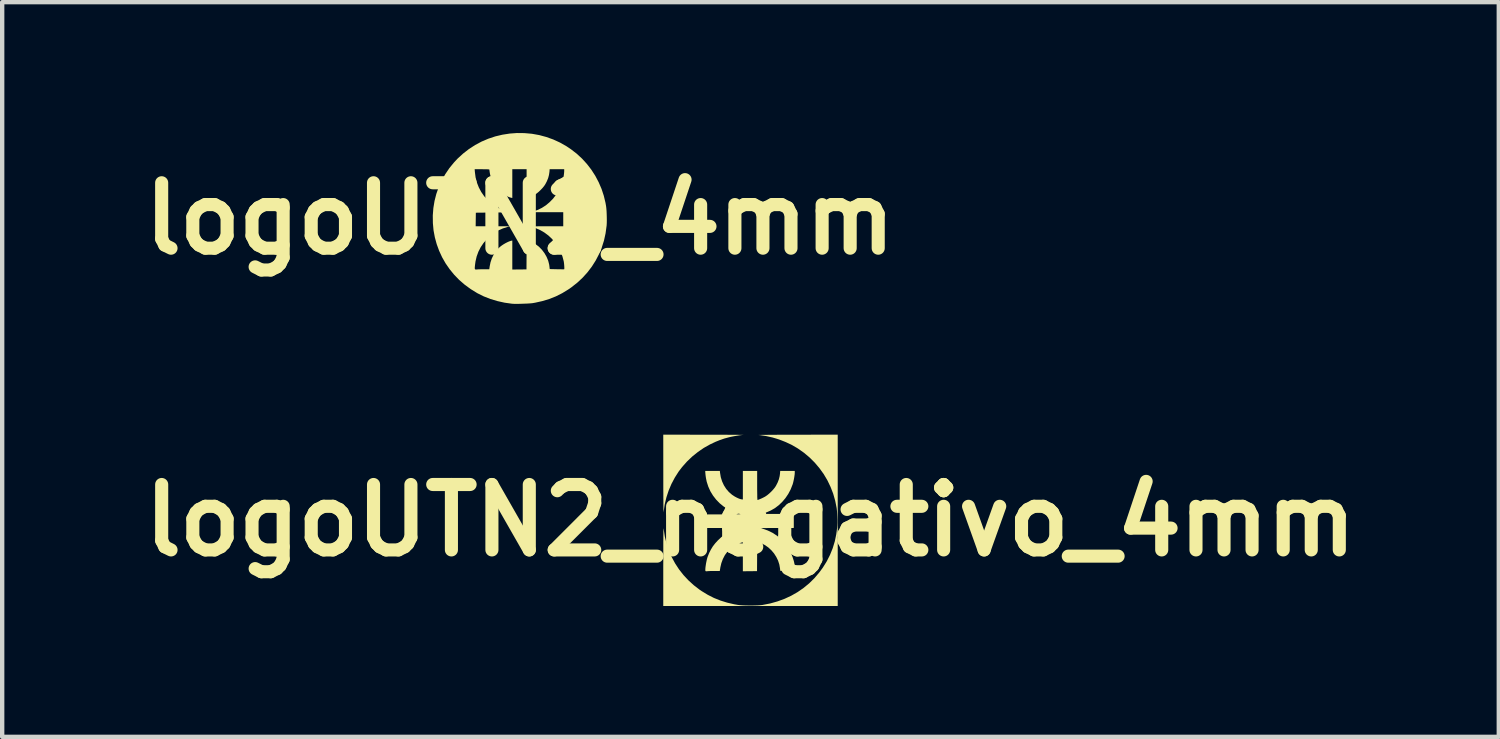
<source format=kicad_pcb>
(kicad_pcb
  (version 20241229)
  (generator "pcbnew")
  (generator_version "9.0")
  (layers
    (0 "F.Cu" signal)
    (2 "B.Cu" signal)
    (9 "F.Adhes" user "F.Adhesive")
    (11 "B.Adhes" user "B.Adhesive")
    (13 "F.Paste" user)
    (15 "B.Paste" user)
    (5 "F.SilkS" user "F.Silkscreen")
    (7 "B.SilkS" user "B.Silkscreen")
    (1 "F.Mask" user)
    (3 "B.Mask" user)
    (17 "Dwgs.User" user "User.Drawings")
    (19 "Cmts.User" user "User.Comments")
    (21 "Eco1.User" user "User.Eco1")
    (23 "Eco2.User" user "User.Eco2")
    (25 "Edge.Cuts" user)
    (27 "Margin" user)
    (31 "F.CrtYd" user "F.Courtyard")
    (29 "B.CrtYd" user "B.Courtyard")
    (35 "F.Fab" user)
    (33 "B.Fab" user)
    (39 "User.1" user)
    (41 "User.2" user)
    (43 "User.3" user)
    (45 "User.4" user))
  (footprint "logoUTN2_4mm"
    (layer "F.Cu")
    (at 8.871 1.962)
    (property "Reference" "logoUTN2_4mm" (at 0 0 0) (layer "F.SilkS") (effects (font (size 1.5 1.5) (thickness 0.3))))
    (attr board_only exclude_from_pos_files exclude_from_bom)
    (fp_poly (pts (xy 0.104 -1.96) (xy 0.274 -1.945) (xy 0.442 -1.915) (xy 0.605 -1.871) (xy 0.764 -1.814) (xy 0.919 -1.743) (xy 1.067 -1.659) (xy 1.171 -1.589) (xy 1.303 -1.487) (xy 1.425 -1.374) (xy 1.537 -1.251) (xy 1.638 -1.12) (xy 1.728 -0.98) (xy 1.805 -0.834) (xy 1.871 -0.681) (xy 1.923 -0.523) (xy 1.962 -0.36) (xy 1.975 -0.285) (xy 1.981 -0.235) (xy 1.986 -0.174) (xy 1.989 -0.107) (xy 1.991 -0.036) (xy 1.992 0.034) (xy 1.991 0.099) (xy 1.988 0.156) (xy 1.986 0.172) (xy 1.963 0.34) (xy 1.927 0.503) (xy 1.877 0.661) (xy 1.814 0.813) (xy 1.738 0.959) (xy 1.65 1.098) (xy 1.55 1.23) (xy 1.439 1.353) (xy 1.316 1.468) (xy 1.182 1.574) (xy 1.11 1.624) (xy 0.969 1.71) (xy 0.824 1.783) (xy 0.673 1.843) (xy 0.515 1.891) (xy 0.349 1.928) (xy 0.285 1.939) (xy 0.256 1.942) (xy 0.216 1.945) (xy 0.168 1.948) (xy 0.113 1.95) (xy 0.056 1.952) (xy -0.002 1.954) (xy -0.056 1.955) (xy -0.105 1.955) (xy -0.146 1.954) (xy -0.175 1.952) (xy -0.179 1.952) (xy -0.351 1.928) (xy -0.517 1.891) (xy -0.677 1.843) (xy -0.83 1.783) (xy -0.973 1.712) (xy -0.985 1.705) (xy -1.131 1.615) (xy -1.267 1.515) (xy -1.393 1.406) (xy -1.508 1.287) (xy -1.611 1.161) (xy -1.704 1.027) (xy -1.784 0.887) (xy -1.852 0.74) (xy -1.908 0.587) (xy -1.951 0.43) (xy -1.981 0.269) (xy -1.996 0.104) (xy -1.998 -0.064) (xy -1.998 -0.073) (xy -1.985 -0.242) (xy -1.958 -0.406) (xy -1.917 -0.567) (xy -1.862 -0.722) (xy -1.794 -0.873) (xy -1.713 -1.017) (xy -1.635 -1.132) (xy -1.038 -1.132) (xy -1.033 -1.068) (xy -1.017 -0.945) (xy -0.987 -0.827) (xy -0.943 -0.715) (xy -0.887 -0.61) (xy -0.819 -0.512) (xy -0.738 -0.421) (xy -0.719 -0.402) (xy -0.645 -0.34) (xy -0.563 -0.283) (xy -0.476 -0.232) (xy -0.387 -0.191) (xy -0.298 -0.16) (xy -0.25 -0.148) (xy -0.252 -0.147) (xy -0.267 -0.146) (xy -0.294 -0.144) (xy -0.333 -0.143) (xy -0.383 -0.142) (xy -0.442 -0.141) (xy -0.509 -0.14) (xy -0.583 -0.139) (xy -0.617 -0.139) (xy -1.011 -0.135) (xy -1.013 0.02) (xy -1.015 0.175) (xy -0.623 0.176) (xy -0.23 0.176) (xy -0.283 0.19) (xy -0.393 0.226) (xy -0.494 0.27) (xy -0.586 0.324) (xy -0.673 0.39) (xy -0.756 0.469) (xy -0.835 0.56) (xy -0.9 0.656) (xy -0.952 0.758) (xy -0.992 0.867) (xy -1.019 0.983) (xy -1.03 1.063) (xy -1.034 1.105) (xy -1.036 1.134) (xy -1.034 1.153) (xy -1.028 1.163) (xy -1.015 1.167) (xy -0.997 1.167) (xy -0.98 1.166) (xy -0.955 1.164) (xy -0.919 1.163) (xy -0.877 1.161) (xy -0.833 1.161) (xy -0.817 1.161) (xy -0.703 1.161) (xy -0.694 1.097) (xy -0.675 1.004) (xy -0.645 0.914) (xy -0.605 0.83) (xy -0.556 0.754) (xy -0.5 0.687) (xy -0.479 0.667) (xy -0.434 0.629) (xy -0.382 0.593) (xy -0.327 0.561) (xy -0.273 0.534) (xy -0.223 0.514) (xy -0.199 0.508) (xy -0.175 0.503) (xy -0.175 0.836) (xy -0.175 1.168) (xy -0.013 1.166) (xy 0.15 1.165) (xy 0.152 0.83) (xy 0.152 0.748) (xy 0.153 0.68) (xy 0.154 0.624) (xy 0.155 0.58) (xy 0.156 0.546) (xy 0.157 0.522) (xy 0.159 0.506) (xy 0.161 0.498) (xy 0.163 0.497) (xy 0.181 0.5) (xy 0.208 0.51) (xy 0.241 0.524) (xy 0.277 0.541) (xy 0.313 0.559) (xy 0.345 0.577) (xy 0.359 0.586) (xy 0.436 0.645) (xy 0.504 0.715) (xy 0.563 0.793) (xy 0.611 0.877) (xy 0.648 0.966) (xy 0.671 1.057) (xy 0.677 1.104) (xy 0.683 1.157) (xy 0.847 1.161) (xy 0.894 1.162) (xy 0.937 1.162) (xy 0.972 1.163) (xy 0.998 1.163) (xy 1.013 1.162) (xy 1.015 1.162) (xy 1.017 1.153) (xy 1.018 1.133) (xy 1.017 1.105) (xy 1.015 1.072) (xy 1.012 1.037) (xy 1.008 1.004) (xy 1.004 0.978) (xy 0.974 0.865) (xy 0.93 0.755) (xy 0.875 0.65) (xy 0.808 0.552) (xy 0.732 0.462) (xy 0.653 0.388) (xy 0.563 0.321) (xy 0.467 0.265) (xy 0.362 0.219) (xy 0.277 0.191) (xy 0.23 0.177) (xy 0.611 0.176) (xy 0.993 0.175) (xy 0.993 0.015) (xy 0.993 -0.146) (xy 0.619 -0.146) (xy 0.245 -0.147) (xy 0.297 -0.161) (xy 0.402 -0.197) (xy 0.502 -0.245) (xy 0.595 -0.305) (xy 0.681 -0.377) (xy 0.76 -0.458) (xy 0.829 -0.548) (xy 0.889 -0.645) (xy 0.939 -0.75) (xy 0.977 -0.86) (xy 1.003 -0.975) (xy 1.007 -1.003) (xy 1.011 -1.036) (xy 1.014 -1.069) (xy 1.015 -1.095) (xy 1.015 -1.096) (xy 1.015 -1.132) (xy 0.848 -1.132) (xy 0.681 -1.132) (xy 0.677 -1.075) (xy 0.666 -1.001) (xy 0.647 -0.929) (xy 0.617 -0.855) (xy 0.583 -0.79) (xy 0.556 -0.749) (xy 0.519 -0.703) (xy 0.475 -0.657) (xy 0.429 -0.613) (xy 0.382 -0.575) (xy 0.339 -0.546) (xy 0.31 -0.53) (xy 0.277 -0.513) (xy 0.242 -0.497) (xy 0.21 -0.484) (xy 0.184 -0.473) (xy 0.165 -0.468) (xy 0.161 -0.467) (xy 0.159 -0.473) (xy 0.157 -0.489) (xy 0.156 -0.518) (xy 0.155 -0.558) (xy 0.154 -0.611) (xy 0.154 -0.678) (xy 0.153 -0.758) (xy 0.153 -0.799) (xy 0.153 -1.132) (xy -0.011 -1.132) (xy -0.175 -1.132) (xy -0.175 -0.802) (xy -0.175 -0.473) (xy -0.2 -0.478) (xy -0.22 -0.483) (xy -0.247 -0.492) (xy -0.275 -0.503) (xy -0.365 -0.548) (xy -0.445 -0.603) (xy -0.516 -0.669) (xy -0.576 -0.745) (xy -0.624 -0.829) (xy -0.661 -0.921) (xy -0.686 -1.02) (xy -0.69 -1.044) (xy -0.695 -1.075) (xy -0.698 -1.101) (xy -0.701 -1.118) (xy -0.701 -1.123) (xy -0.704 -1.126) (xy -0.715 -1.128) (xy -0.735 -1.13) (xy -0.765 -1.131) (xy -0.807 -1.131) (xy -0.861 -1.132) (xy -0.87 -1.132) (xy -1.038 -1.132) (xy -1.635 -1.132) (xy -1.62 -1.155) (xy -1.513 -1.286) (xy -1.428 -1.377) (xy -1.302 -1.492) (xy -1.168 -1.596) (xy -1.027 -1.687) (xy -0.879 -1.766) (xy -0.724 -1.832) (xy -0.565 -1.885) (xy -0.4 -1.924) (xy -0.231 -1.95) (xy -0.069 -1.962)) (stroke (width 0) (type solid)) (fill yes) (layer "F.SilkS")))
  (footprint "logoUTN2_negativo_4mm"
    (layer "F.Cu")
    (at 14.157 8.88)
    (property "Reference" "logoUTN2_negativo_4mm" (at 0 0 0) (layer "F.SilkS") (effects (font (size 1.5 1.5) (thickness 0.3))))
    (attr board_only exclude_from_pos_files exclude_from_bom)
    (fp_poly (pts (xy -1.064 -1.963) (xy -0.949 -1.963) (xy -0.839 -1.962) (xy -0.734 -1.962) (xy -0.635 -1.962) (xy -0.543 -1.962) (xy -0.459 -1.961) (xy -0.384 -1.961) (xy -0.318 -1.961) (xy -0.262 -1.96) (xy -0.218 -1.96) (xy -0.186 -1.96) (xy -0.166 -1.959) (xy -0.16 -1.959) (xy -0.161 -1.959) (xy -0.204 -1.955) (xy -0.257 -1.948) (xy -0.316 -1.939) (xy -0.375 -1.929) (xy -0.431 -1.918) (xy -0.478 -1.908) (xy -0.486 -1.906) (xy -0.598 -1.876) (xy -0.703 -1.84) (xy -0.807 -1.798) (xy -0.914 -1.747) (xy -0.927 -1.741) (xy -1.071 -1.66) (xy -1.208 -1.566) (xy -1.338 -1.461) (xy -1.458 -1.346) (xy -1.568 -1.222) (xy -1.648 -1.117) (xy -1.735 -0.98) (xy -1.812 -0.835) (xy -1.876 -0.684) (xy -1.927 -0.529) (xy -1.966 -0.37) (xy -1.99 -0.211) (xy -1.993 -0.183) (xy -1.993 -0.182) (xy -1.994 -0.195) (xy -1.995 -0.221) (xy -1.996 -0.26) (xy -1.996 -0.31) (xy -1.997 -0.37) (xy -1.997 -0.44) (xy -1.998 -0.52) (xy -1.998 -0.607) (xy -1.999 -0.703) (xy -1.999 -0.804) (xy -1.999 -0.912) (xy -1.999 -1.025) (xy -1.999 -1.042) (xy -2 -1.964)) (stroke (width 0) (type solid)) (fill yes) (layer "F.SilkS"))
    (fp_poly (pts (xy 2 0) (xy 2 1.964) (xy 0 1.964) (xy -2 1.964) (xy -2 1.042) (xy -1.999 0.907) (xy -1.999 0.785) (xy -1.999 0.676) (xy -1.999 0.581) (xy -1.999 0.497) (xy -1.998 0.425) (xy -1.998 0.364) (xy -1.997 0.313) (xy -1.997 0.272) (xy -1.996 0.239) (xy -1.996 0.215) (xy -1.995 0.199) (xy -1.994 0.19) (xy -1.993 0.187) (xy -1.992 0.19) (xy -1.99 0.198) (xy -1.99 0.204) (xy -1.964 0.371) (xy -1.925 0.533) (xy -1.872 0.69) (xy -1.807 0.841) (xy -1.729 0.986) (xy -1.639 1.124) (xy -1.537 1.254) (xy -1.424 1.375) (xy -1.3 1.488) (xy -1.165 1.592) (xy -1.117 1.624) (xy -0.979 1.708) (xy -0.837 1.78) (xy -0.689 1.839) (xy -0.535 1.887) (xy -0.372 1.925) (xy -0.285 1.94) (xy -0.239 1.945) (xy -0.182 1.949) (xy -0.117 1.952) (xy -0.047 1.953) (xy 0.025 1.954) (xy 0.096 1.952) (xy 0.163 1.95) (xy 0.222 1.946) (xy 0.27 1.941) (xy 0.277 1.94) (xy 0.452 1.906) (xy 0.619 1.859) (xy 0.78 1.8) (xy 0.933 1.729) (xy 1.079 1.646) (xy 1.216 1.551) (xy 1.345 1.445) (xy 1.465 1.327) (xy 1.575 1.198) (xy 1.659 1.084) (xy 1.748 0.941) (xy 1.823 0.793) (xy 1.885 0.64) (xy 1.933 0.482) (xy 1.967 0.319) (xy 1.986 0.172) (xy 1.99 0.119) (xy 1.992 0.056) (xy 1.992 -0.013) (xy 1.99 -0.084) (xy 1.987 -0.153) (xy 1.983 -0.216) (xy 1.977 -0.27) (xy 1.975 -0.285) (xy 1.942 -0.45) (xy 1.896 -0.611) (xy 1.836 -0.766) (xy 1.764 -0.916) (xy 1.68 -1.058) (xy 1.583 -1.193) (xy 1.476 -1.32) (xy 1.358 -1.438) (xy 1.229 -1.547) (xy 1.09 -1.645) (xy 1.064 -1.661) (xy 0.937 -1.734) (xy 0.799 -1.798) (xy 0.655 -1.854) (xy 0.507 -1.899) (xy 0.359 -1.932) (xy 0.213 -1.954) (xy 0.189 -1.956) (xy 0.186 -1.957) (xy 0.198 -1.958) (xy 0.223 -1.958) (xy 0.262 -1.959) (xy 0.312 -1.96) (xy 0.374 -1.96) (xy 0.448 -1.961) (xy 0.532 -1.961) (xy 0.627 -1.962) (xy 0.731 -1.962) (xy 0.844 -1.963) (xy 0.966 -1.963) (xy 1.06 -1.963) (xy 2 -1.964)) (stroke (width 0) (type solid)) (fill yes) (layer "F.SilkS"))
    (fp_poly (pts (xy -0.698 -1.09) (xy -0.681 -0.989) (xy -0.651 -0.893) (xy -0.61 -0.804) (xy -0.558 -0.722) (xy -0.496 -0.65) (xy -0.424 -0.587) (xy -0.365 -0.548) (xy -0.325 -0.526) (xy -0.283 -0.506) (xy -0.242 -0.49) (xy -0.209 -0.479) (xy -0.2 -0.478) (xy -0.175 -0.473) (xy -0.175 -0.802) (xy -0.175 -1.132) (xy -0.011 -1.132) (xy 0.153 -1.132) (xy 0.153 -0.799) (xy 0.153 -0.713) (xy 0.154 -0.64) (xy 0.155 -0.581) (xy 0.155 -0.534) (xy 0.157 -0.501) (xy 0.158 -0.479) (xy 0.16 -0.468) (xy 0.161 -0.467) (xy 0.175 -0.47) (xy 0.199 -0.479) (xy 0.23 -0.492) (xy 0.264 -0.507) (xy 0.298 -0.524) (xy 0.329 -0.54) (xy 0.339 -0.546) (xy 0.382 -0.575) (xy 0.429 -0.614) (xy 0.475 -0.657) (xy 0.519 -0.704) (xy 0.556 -0.749) (xy 0.583 -0.79) (xy 0.623 -0.868) (xy 0.651 -0.941) (xy 0.669 -1.014) (xy 0.677 -1.075) (xy 0.681 -1.132) (xy 0.848 -1.132) (xy 1.015 -1.132) (xy 1.015 -1.092) (xy 1.013 -1.057) (xy 1.007 -1.011) (xy 0.999 -0.961) (xy 0.988 -0.909) (xy 0.977 -0.861) (xy 0.965 -0.819) (xy 0.964 -0.819) (xy 0.921 -0.709) (xy 0.866 -0.605) (xy 0.801 -0.509) (xy 0.727 -0.422) (xy 0.646 -0.345) (xy 0.557 -0.278) (xy 0.462 -0.224) (xy 0.362 -0.181) (xy 0.31 -0.165) (xy 0.245 -0.147) (xy 0.619 -0.147) (xy 0.993 -0.146) (xy 0.993 0.015) (xy 0.993 0.175) (xy 0.611 0.176) (xy 0.23 0.177) (xy 0.277 0.191) (xy 0.396 0.233) (xy 0.505 0.286) (xy 0.604 0.35) (xy 0.695 0.426) (xy 0.778 0.514) (xy 0.85 0.61) (xy 0.893 0.681) (xy 0.932 0.761) (xy 0.966 0.846) (xy 0.993 0.93) (xy 1.004 0.978) (xy 1.009 1.006) (xy 1.013 1.039) (xy 1.016 1.074) (xy 1.018 1.107) (xy 1.018 1.134) (xy 1.017 1.154) (xy 1.015 1.162) (xy 1.007 1.163) (xy 0.986 1.163) (xy 0.955 1.163) (xy 0.916 1.162) (xy 0.871 1.161) (xy 0.847 1.161) (xy 0.683 1.157) (xy 0.677 1.103) (xy 0.661 1.012) (xy 0.632 0.923) (xy 0.591 0.839) (xy 0.54 0.759) (xy 0.479 0.687) (xy 0.41 0.623) (xy 0.335 0.57) (xy 0.254 0.528) (xy 0.197 0.507) (xy 0.177 0.501) (xy 0.162 0.497) (xy 0.159 0.497) (xy 0.158 0.504) (xy 0.157 0.524) (xy 0.155 0.556) (xy 0.154 0.598) (xy 0.153 0.649) (xy 0.153 0.707) (xy 0.152 0.772) (xy 0.152 0.83) (xy 0.15 1.165) (xy -0.013 1.166) (xy -0.175 1.168) (xy -0.175 0.836) (xy -0.175 0.503) (xy -0.199 0.508) (xy -0.228 0.517) (xy -0.265 0.531) (xy -0.306 0.55) (xy -0.347 0.571) (xy -0.383 0.592) (xy -0.384 0.593) (xy -0.462 0.651) (xy -0.53 0.72) (xy -0.587 0.798) (xy -0.633 0.886) (xy -0.668 0.981) (xy -0.692 1.083) (xy -0.692 1.086) (xy -0.704 1.161) (xy -0.822 1.161) (xy -0.866 1.161) (xy -0.909 1.162) (xy -0.946 1.163) (xy -0.975 1.165) (xy -0.984 1.166) (xy -1.01 1.168) (xy -1.024 1.167) (xy -1.031 1.162) (xy -1.034 1.157) (xy -1.036 1.141) (xy -1.035 1.113) (xy -1.032 1.076) (xy -1.026 1.034) (xy -1.019 0.988) (xy -1.01 0.943) (xy -1.001 0.9) (xy -0.991 0.863) (xy -0.985 0.843) (xy -0.949 0.752) (xy -0.909 0.672) (xy -0.864 0.598) (xy -0.81 0.528) (xy -0.749 0.461) (xy -0.668 0.385) (xy -0.583 0.322) (xy -0.492 0.269) (xy -0.393 0.226) (xy -0.292 0.193) (xy -0.23 0.176) (xy -0.623 0.176) (xy -1.015 0.175) (xy -1.013 0.02) (xy -1.011 -0.135) (xy -0.617 -0.137) (xy -0.223 -0.14) (xy -0.292 -0.16) (xy -0.406 -0.2) (xy -0.514 -0.252) (xy -0.614 -0.316) (xy -0.705 -0.39) (xy -0.787 -0.474) (xy -0.859 -0.567) (xy -0.92 -0.667) (xy -0.968 -0.774) (xy -1.004 -0.886) (xy -1.012 -0.925) (xy -1.021 -0.969) (xy -1.028 -1.016) (xy -1.033 -1.061) (xy -1.036 -1.098) (xy -1.037 -1.113) (xy -1.037 -1.132) (xy -0.869 -1.132) (xy -0.702 -1.132)) (stroke (width 0) (type solid)) (fill yes) (layer "F.SilkS")))
  (gr_rect
    (start -3 -3)
    (end 31.314 13.844)
    (stroke (width 0.1) (type default))
    (fill no)
    (layer "Edge.Cuts")))
</source>
